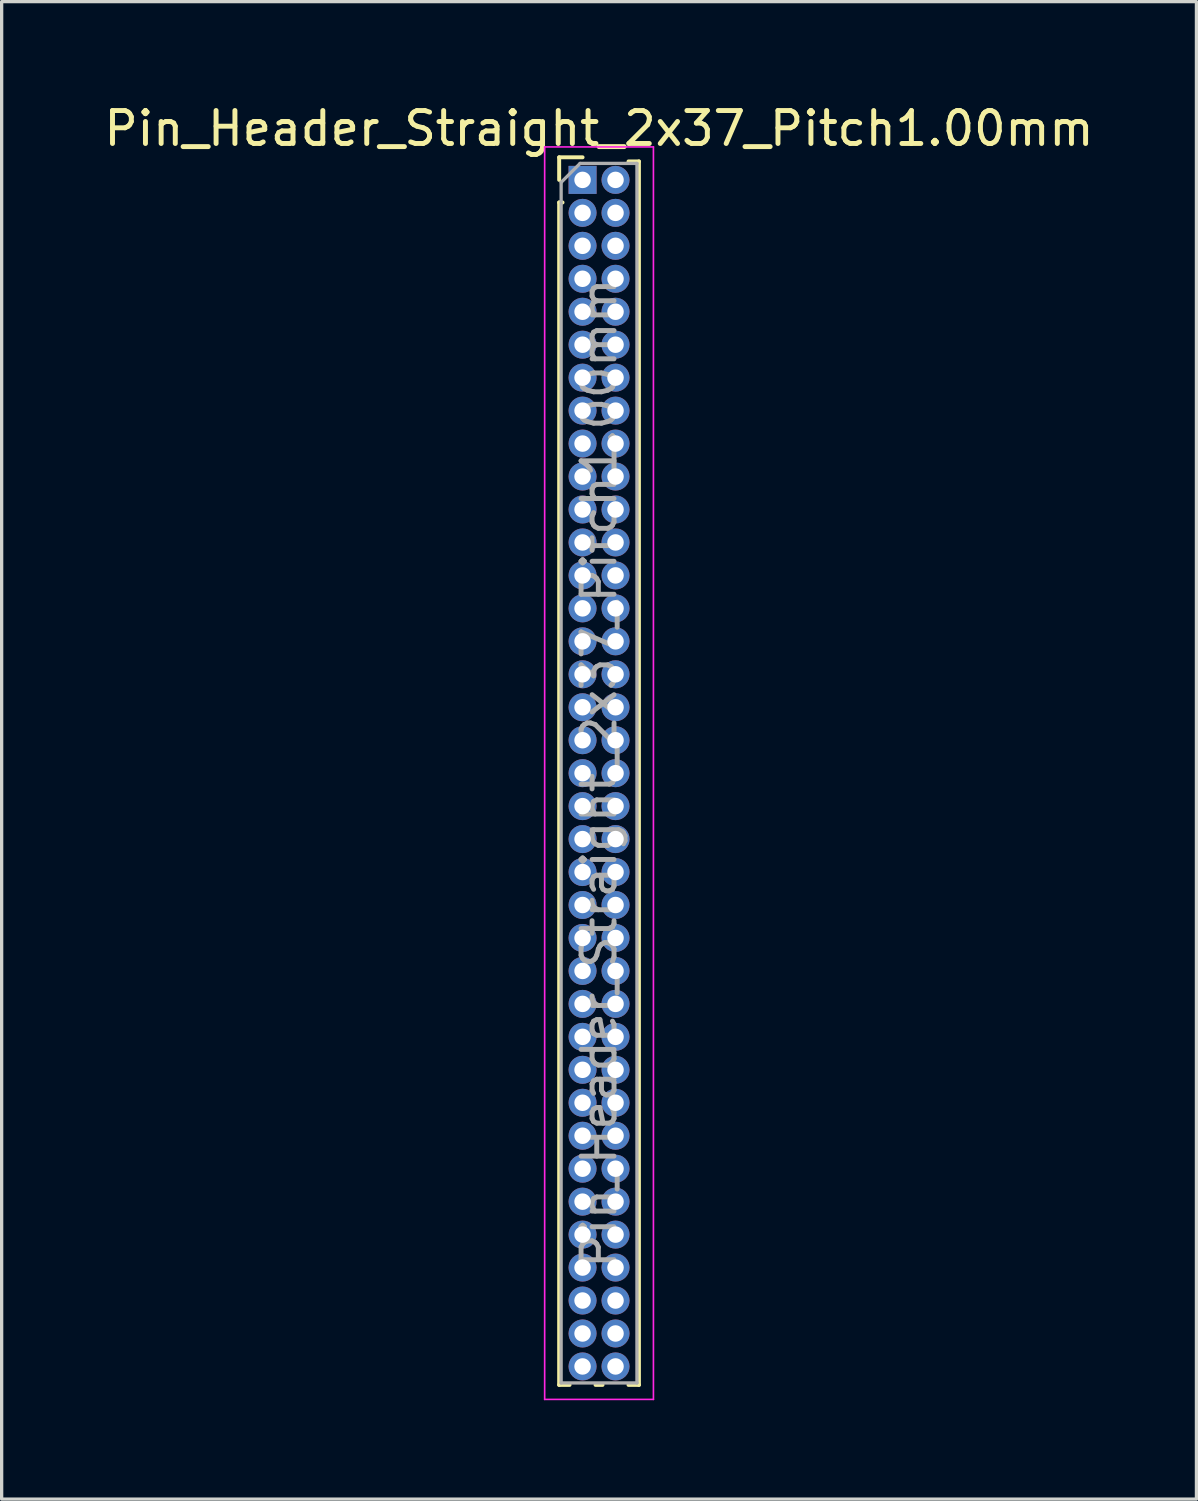
<source format=kicad_pcb>
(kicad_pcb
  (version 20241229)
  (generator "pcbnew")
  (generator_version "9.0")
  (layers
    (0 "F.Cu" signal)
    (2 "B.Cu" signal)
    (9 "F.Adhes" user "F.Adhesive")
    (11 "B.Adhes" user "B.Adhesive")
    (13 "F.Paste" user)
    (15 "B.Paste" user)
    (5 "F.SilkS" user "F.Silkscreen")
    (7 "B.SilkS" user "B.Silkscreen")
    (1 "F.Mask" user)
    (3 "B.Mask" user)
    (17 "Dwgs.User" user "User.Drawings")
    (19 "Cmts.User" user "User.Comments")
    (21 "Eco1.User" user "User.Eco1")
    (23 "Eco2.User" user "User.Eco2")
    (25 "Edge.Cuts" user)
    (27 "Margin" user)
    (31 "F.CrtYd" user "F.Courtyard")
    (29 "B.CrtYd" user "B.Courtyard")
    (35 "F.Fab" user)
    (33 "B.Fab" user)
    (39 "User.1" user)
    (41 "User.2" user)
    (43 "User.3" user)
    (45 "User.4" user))
  (footprint "Pin_Header_Straight_2x37_Pitch1.00mm"
    (layer "F.Cu")
    (at 14.625 2.408)
    (property "Reference" "Pin_Header_Straight_2x37_Pitch1.00mm" (at 0.5 -1.56 0) (layer "F.SilkS") (effects (font (size 1 1) (thickness 0.15))))
    (attr through_hole)
    (fp_line (start -0.71 -0.685) (end 0 -0.685) (stroke (width 0.12) (type solid)) (layer "F.SilkS"))
    (fp_line (start -0.71 0) (end -0.71 -0.685) (stroke (width 0.12) (type solid)) (layer "F.SilkS"))
    (fp_line (start -0.71 0.685) (end -0.71 36.56) (stroke (width 0.12) (type solid)) (layer "F.SilkS"))
    (fp_line (start -0.71 0.685) (end -0.608 0.685) (stroke (width 0.12) (type solid)) (layer "F.SilkS"))
    (fp_line (start -0.71 36.56) (end -0.394 36.56) (stroke (width 0.12) (type solid)) (layer "F.SilkS"))
    (fp_line (start 0.394 36.56) (end 0.606 36.56) (stroke (width 0.12) (type solid)) (layer "F.SilkS"))
    (fp_line (start 1.394 -0.56) (end 1.71 -0.56) (stroke (width 0.12) (type solid)) (layer "F.SilkS"))
    (fp_line (start 1.394 36.56) (end 1.71 36.56) (stroke (width 0.12) (type solid)) (layer "F.SilkS"))
    (fp_line (start 1.71 -0.56) (end 1.71 36.56) (stroke (width 0.12) (type solid)) (layer "F.SilkS"))
    (fp_line (start -1.15 -1) (end -1.15 37) (stroke (width 0.05) (type solid)) (layer "F.CrtYd"))
    (fp_line (start -1.15 37) (end 2.15 37) (stroke (width 0.05) (type solid)) (layer "F.CrtYd"))
    (fp_line (start 2.15 -1) (end -1.15 -1) (stroke (width 0.05) (type solid)) (layer "F.CrtYd"))
    (fp_line (start 2.15 37) (end 2.15 -1) (stroke (width 0.05) (type solid)) (layer "F.CrtYd"))
    (fp_line (start -0.65 0.075) (end -0.075 -0.5) (stroke (width 0.1) (type solid)) (layer "F.Fab"))
    (fp_line (start -0.65 36.5) (end -0.65 0.075) (stroke (width 0.1) (type solid)) (layer "F.Fab"))
    (fp_line (start -0.075 -0.5) (end 1.65 -0.5) (stroke (width 0.1) (type solid)) (layer "F.Fab"))
    (fp_line (start 1.65 -0.5) (end 1.65 36.5) (stroke (width 0.1) (type solid)) (layer "F.Fab"))
    (fp_line (start 1.65 36.5) (end -0.65 36.5) (stroke (width 0.1) (type solid)) (layer "F.Fab"))
    (fp_text user "${REFERENCE}" (at 0.5 18 90) (layer "F.Fab") (effects (font (size 1 1) (thickness 0.15))))
    (pad "1" thru_hole rect (at 0 0) (size 0.85 0.85) (drill 0.5) (layers "*.Cu" "*.Mask"))
    (pad "2" thru_hole oval (at 1 0) (size 0.85 0.85) (drill 0.5) (layers "*.Cu" "*.Mask"))
    (pad "3" thru_hole oval (at 0 1) (size 0.85 0.85) (drill 0.5) (layers "*.Cu" "*.Mask"))
    (pad "4" thru_hole oval (at 1 1) (size 0.85 0.85) (drill 0.5) (layers "*.Cu" "*.Mask"))
    (pad "5" thru_hole oval (at 0 2) (size 0.85 0.85) (drill 0.5) (layers "*.Cu" "*.Mask"))
    (pad "6" thru_hole oval (at 1 2) (size 0.85 0.85) (drill 0.5) (layers "*.Cu" "*.Mask"))
    (pad "7" thru_hole oval (at 0 3) (size 0.85 0.85) (drill 0.5) (layers "*.Cu" "*.Mask"))
    (pad "8" thru_hole oval (at 1 3) (size 0.85 0.85) (drill 0.5) (layers "*.Cu" "*.Mask"))
    (pad "9" thru_hole oval (at 0 4) (size 0.85 0.85) (drill 0.5) (layers "*.Cu" "*.Mask"))
    (pad "10" thru_hole oval (at 1 4) (size 0.85 0.85) (drill 0.5) (layers "*.Cu" "*.Mask"))
    (pad "11" thru_hole oval (at 0 5) (size 0.85 0.85) (drill 0.5) (layers "*.Cu" "*.Mask"))
    (pad "12" thru_hole oval (at 1 5) (size 0.85 0.85) (drill 0.5) (layers "*.Cu" "*.Mask"))
    (pad "13" thru_hole oval (at 0 6) (size 0.85 0.85) (drill 0.5) (layers "*.Cu" "*.Mask"))
    (pad "14" thru_hole oval (at 1 6) (size 0.85 0.85) (drill 0.5) (layers "*.Cu" "*.Mask"))
    (pad "15" thru_hole oval (at 0 7) (size 0.85 0.85) (drill 0.5) (layers "*.Cu" "*.Mask"))
    (pad "16" thru_hole oval (at 1 7) (size 0.85 0.85) (drill 0.5) (layers "*.Cu" "*.Mask"))
    (pad "17" thru_hole oval (at 0 8) (size 0.85 0.85) (drill 0.5) (layers "*.Cu" "*.Mask"))
    (pad "18" thru_hole oval (at 1 8) (size 0.85 0.85) (drill 0.5) (layers "*.Cu" "*.Mask"))
    (pad "19" thru_hole oval (at 0 9) (size 0.85 0.85) (drill 0.5) (layers "*.Cu" "*.Mask"))
    (pad "20" thru_hole oval (at 1 9) (size 0.85 0.85) (drill 0.5) (layers "*.Cu" "*.Mask"))
    (pad "21" thru_hole oval (at 0 10) (size 0.85 0.85) (drill 0.5) (layers "*.Cu" "*.Mask"))
    (pad "22" thru_hole oval (at 1 10) (size 0.85 0.85) (drill 0.5) (layers "*.Cu" "*.Mask"))
    (pad "23" thru_hole oval (at 0 11) (size 0.85 0.85) (drill 0.5) (layers "*.Cu" "*.Mask"))
    (pad "24" thru_hole oval (at 1 11) (size 0.85 0.85) (drill 0.5) (layers "*.Cu" "*.Mask"))
    (pad "25" thru_hole oval (at 0 12) (size 0.85 0.85) (drill 0.5) (layers "*.Cu" "*.Mask"))
    (pad "26" thru_hole oval (at 1 12) (size 0.85 0.85) (drill 0.5) (layers "*.Cu" "*.Mask"))
    (pad "27" thru_hole oval (at 0 13) (size 0.85 0.85) (drill 0.5) (layers "*.Cu" "*.Mask"))
    (pad "28" thru_hole oval (at 1 13) (size 0.85 0.85) (drill 0.5) (layers "*.Cu" "*.Mask"))
    (pad "29" thru_hole oval (at 0 14) (size 0.85 0.85) (drill 0.5) (layers "*.Cu" "*.Mask"))
    (pad "30" thru_hole oval (at 1 14) (size 0.85 0.85) (drill 0.5) (layers "*.Cu" "*.Mask"))
    (pad "31" thru_hole oval (at 0 15) (size 0.85 0.85) (drill 0.5) (layers "*.Cu" "*.Mask"))
    (pad "32" thru_hole oval (at 1 15) (size 0.85 0.85) (drill 0.5) (layers "*.Cu" "*.Mask"))
    (pad "33" thru_hole oval (at 0 16) (size 0.85 0.85) (drill 0.5) (layers "*.Cu" "*.Mask"))
    (pad "34" thru_hole oval (at 1 16) (size 0.85 0.85) (drill 0.5) (layers "*.Cu" "*.Mask"))
    (pad "35" thru_hole oval (at 0 17) (size 0.85 0.85) (drill 0.5) (layers "*.Cu" "*.Mask"))
    (pad "36" thru_hole oval (at 1 17) (size 0.85 0.85) (drill 0.5) (layers "*.Cu" "*.Mask"))
    (pad "37" thru_hole oval (at 0 18) (size 0.85 0.85) (drill 0.5) (layers "*.Cu" "*.Mask"))
    (pad "38" thru_hole oval (at 1 18) (size 0.85 0.85) (drill 0.5) (layers "*.Cu" "*.Mask"))
    (pad "39" thru_hole oval (at 0 19) (size 0.85 0.85) (drill 0.5) (layers "*.Cu" "*.Mask"))
    (pad "40" thru_hole oval (at 1 19) (size 0.85 0.85) (drill 0.5) (layers "*.Cu" "*.Mask"))
    (pad "41" thru_hole oval (at 0 20) (size 0.85 0.85) (drill 0.5) (layers "*.Cu" "*.Mask"))
    (pad "42" thru_hole oval (at 1 20) (size 0.85 0.85) (drill 0.5) (layers "*.Cu" "*.Mask"))
    (pad "43" thru_hole oval (at 0 21) (size 0.85 0.85) (drill 0.5) (layers "*.Cu" "*.Mask"))
    (pad "44" thru_hole oval (at 1 21) (size 0.85 0.85) (drill 0.5) (layers "*.Cu" "*.Mask"))
    (pad "45" thru_hole oval (at 0 22) (size 0.85 0.85) (drill 0.5) (layers "*.Cu" "*.Mask"))
    (pad "46" thru_hole oval (at 1 22) (size 0.85 0.85) (drill 0.5) (layers "*.Cu" "*.Mask"))
    (pad "47" thru_hole oval (at 0 23) (size 0.85 0.85) (drill 0.5) (layers "*.Cu" "*.Mask"))
    (pad "48" thru_hole oval (at 1 23) (size 0.85 0.85) (drill 0.5) (layers "*.Cu" "*.Mask"))
    (pad "49" thru_hole oval (at 0 24) (size 0.85 0.85) (drill 0.5) (layers "*.Cu" "*.Mask"))
    (pad "50" thru_hole oval (at 1 24) (size 0.85 0.85) (drill 0.5) (layers "*.Cu" "*.Mask"))
    (pad "51" thru_hole oval (at 0 25) (size 0.85 0.85) (drill 0.5) (layers "*.Cu" "*.Mask"))
    (pad "52" thru_hole oval (at 1 25) (size 0.85 0.85) (drill 0.5) (layers "*.Cu" "*.Mask"))
    (pad "53" thru_hole oval (at 0 26) (size 0.85 0.85) (drill 0.5) (layers "*.Cu" "*.Mask"))
    (pad "54" thru_hole oval (at 1 26) (size 0.85 0.85) (drill 0.5) (layers "*.Cu" "*.Mask"))
    (pad "55" thru_hole oval (at 0 27) (size 0.85 0.85) (drill 0.5) (layers "*.Cu" "*.Mask"))
    (pad "56" thru_hole oval (at 1 27) (size 0.85 0.85) (drill 0.5) (layers "*.Cu" "*.Mask"))
    (pad "57" thru_hole oval (at 0 28) (size 0.85 0.85) (drill 0.5) (layers "*.Cu" "*.Mask"))
    (pad "58" thru_hole oval (at 1 28) (size 0.85 0.85) (drill 0.5) (layers "*.Cu" "*.Mask"))
    (pad "59" thru_hole oval (at 0 29) (size 0.85 0.85) (drill 0.5) (layers "*.Cu" "*.Mask"))
    (pad "60" thru_hole oval (at 1 29) (size 0.85 0.85) (drill 0.5) (layers "*.Cu" "*.Mask"))
    (pad "61" thru_hole oval (at 0 30) (size 0.85 0.85) (drill 0.5) (layers "*.Cu" "*.Mask"))
    (pad "62" thru_hole oval (at 1 30) (size 0.85 0.85) (drill 0.5) (layers "*.Cu" "*.Mask"))
    (pad "63" thru_hole oval (at 0 31) (size 0.85 0.85) (drill 0.5) (layers "*.Cu" "*.Mask"))
    (pad "64" thru_hole oval (at 1 31) (size 0.85 0.85) (drill 0.5) (layers "*.Cu" "*.Mask"))
    (pad "65" thru_hole oval (at 0 32) (size 0.85 0.85) (drill 0.5) (layers "*.Cu" "*.Mask"))
    (pad "66" thru_hole oval (at 1 32) (size 0.85 0.85) (drill 0.5) (layers "*.Cu" "*.Mask"))
    (pad "67" thru_hole oval (at 0 33) (size 0.85 0.85) (drill 0.5) (layers "*.Cu" "*.Mask"))
    (pad "68" thru_hole oval (at 1 33) (size 0.85 0.85) (drill 0.5) (layers "*.Cu" "*.Mask"))
    (pad "69" thru_hole oval (at 0 34) (size 0.85 0.85) (drill 0.5) (layers "*.Cu" "*.Mask"))
    (pad "70" thru_hole oval (at 1 34) (size 0.85 0.85) (drill 0.5) (layers "*.Cu" "*.Mask"))
    (pad "71" thru_hole oval (at 0 35) (size 0.85 0.85) (drill 0.5) (layers "*.Cu" "*.Mask"))
    (pad "72" thru_hole oval (at 1 35) (size 0.85 0.85) (drill 0.5) (layers "*.Cu" "*.Mask"))
    (pad "73" thru_hole oval (at 0 36) (size 0.85 0.85) (drill 0.5) (layers "*.Cu" "*.Mask"))
    (pad "74" thru_hole oval (at 1 36) (size 0.85 0.85) (drill 0.5) (layers "*.Cu" "*.Mask")))
  (gr_rect
    (start -3 -3)
    (end 33.25 42.433)
    (stroke (width 0.1) (type default))
    (fill no)
    (layer "Edge.Cuts")))
</source>
